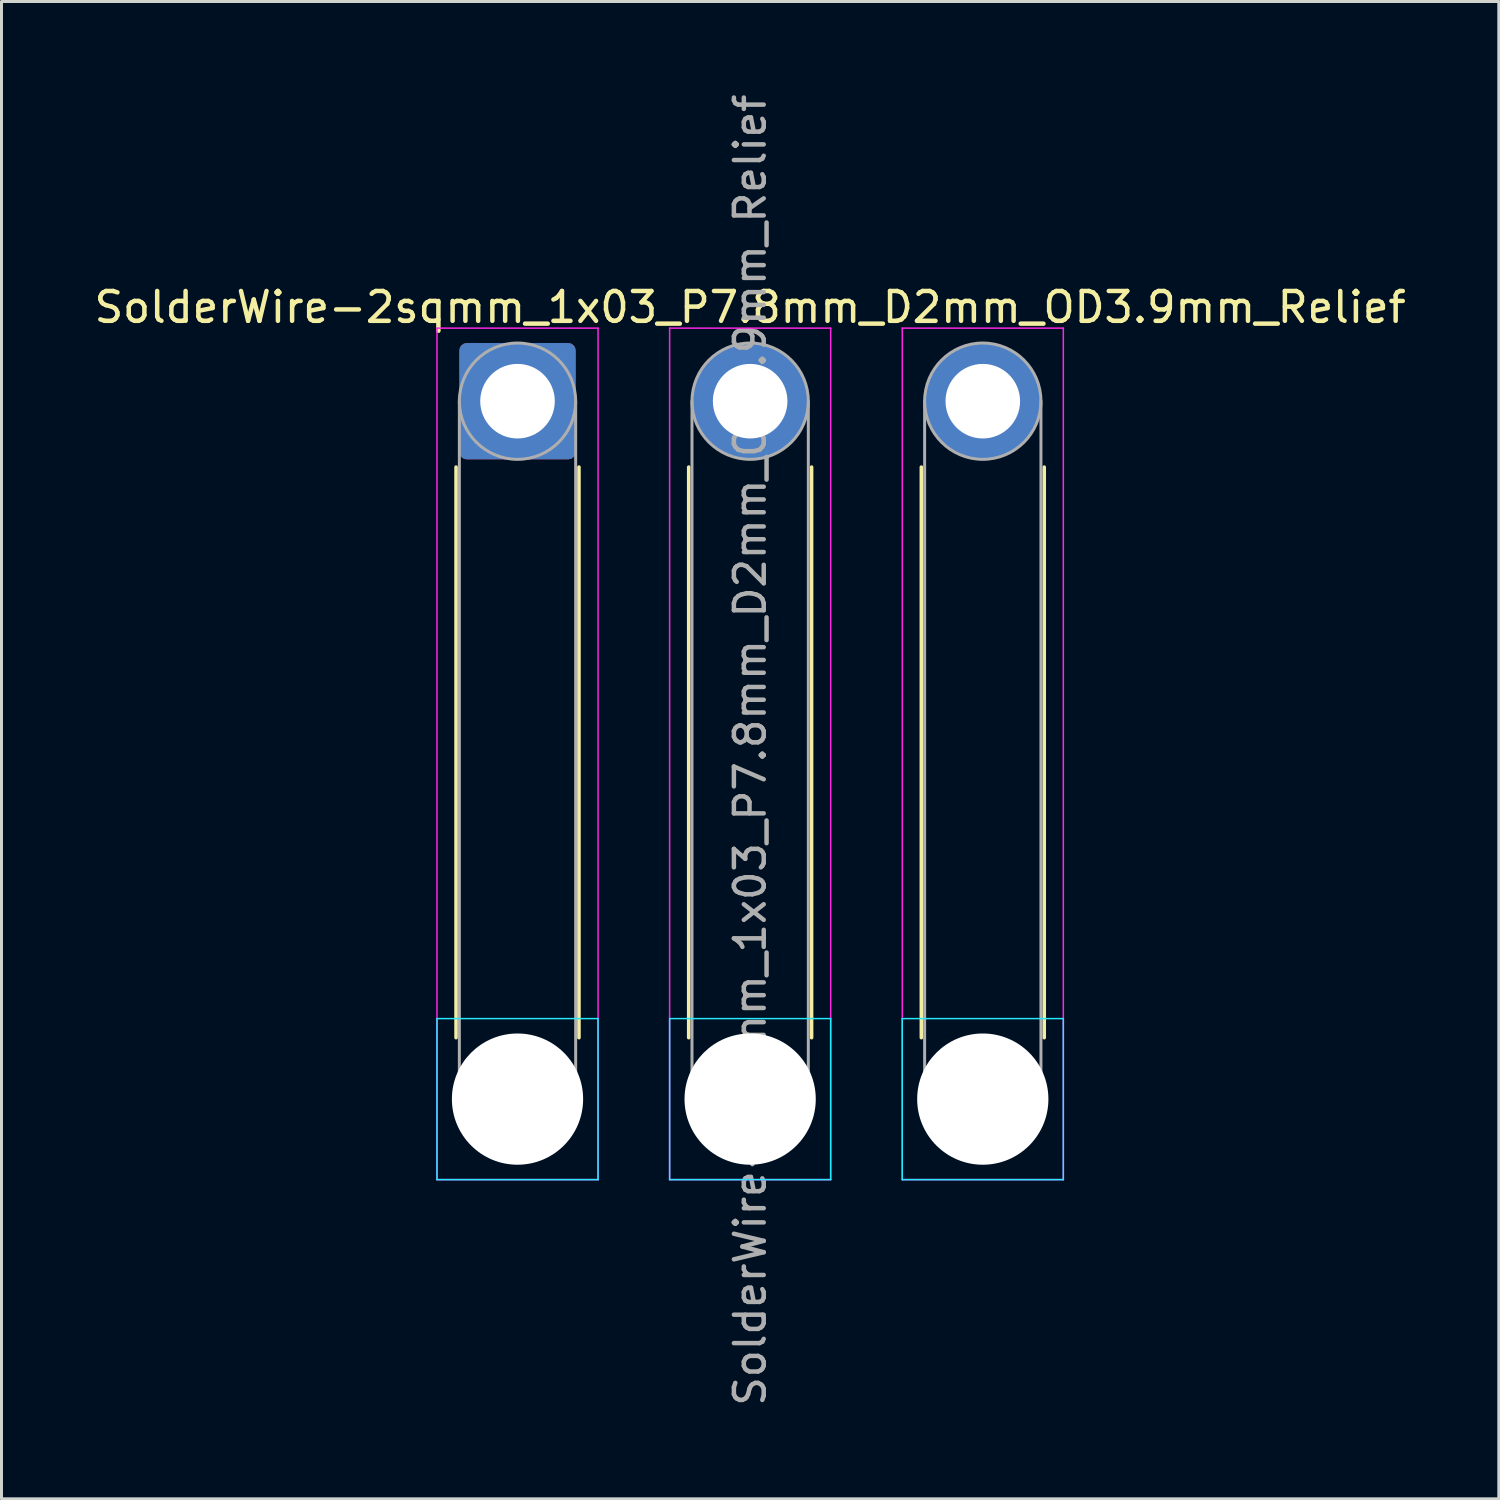
<source format=kicad_pcb>
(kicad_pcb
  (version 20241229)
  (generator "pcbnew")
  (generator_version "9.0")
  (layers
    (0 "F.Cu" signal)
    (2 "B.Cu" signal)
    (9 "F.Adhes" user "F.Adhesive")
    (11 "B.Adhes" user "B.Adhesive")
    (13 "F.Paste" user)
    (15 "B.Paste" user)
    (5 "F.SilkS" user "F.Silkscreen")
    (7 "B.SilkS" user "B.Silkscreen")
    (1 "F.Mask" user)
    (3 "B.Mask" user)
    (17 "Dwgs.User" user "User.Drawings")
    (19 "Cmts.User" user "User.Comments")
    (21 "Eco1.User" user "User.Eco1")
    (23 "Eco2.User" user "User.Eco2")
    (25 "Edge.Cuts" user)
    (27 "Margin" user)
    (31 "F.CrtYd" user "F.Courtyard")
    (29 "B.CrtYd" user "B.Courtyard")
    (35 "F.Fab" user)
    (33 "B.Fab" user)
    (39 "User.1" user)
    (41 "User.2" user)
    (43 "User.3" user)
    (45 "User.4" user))
  (footprint "SolderWire-2sqmm_1x03_P7.8mm_D2mm_OD3.9mm_Relief"
    (layer "F.Cu")
    (at 14.301 10.401)
    (property "Reference" "SolderWire-2sqmm_1x03_P7.8mm_D2mm_OD3.9mm_Relief" (at 7.8 -3.15 0) (layer "F.SilkS") (effects (font (size 1 1) (thickness 0.15))))
    (attr exclude_from_pos_files exclude_from_bom)
    (fp_line (start -2.06 2.21) (end -2.06 21.34) (stroke (width 0.12) (type solid)) (layer "F.SilkS"))
    (fp_line (start 2.06 2.21) (end 2.06 21.34) (stroke (width 0.12) (type solid)) (layer "F.SilkS"))
    (fp_line (start 5.74 2.21) (end 5.74 21.34) (stroke (width 0.12) (type solid)) (layer "F.SilkS"))
    (fp_line (start 9.86 2.21) (end 9.86 21.34) (stroke (width 0.12) (type solid)) (layer "F.SilkS"))
    (fp_line (start 13.54 2.21) (end 13.54 21.34) (stroke (width 0.12) (type solid)) (layer "F.SilkS"))
    (fp_line (start 17.66 2.21) (end 17.66 21.34) (stroke (width 0.12) (type solid)) (layer "F.SilkS"))
    (fp_line (start -2.7 20.7) (end -2.7 26.1) (stroke (width 0.05) (type solid)) (layer "B.CrtYd"))
    (fp_line (start -2.7 26.1) (end 2.7 26.1) (stroke (width 0.05) (type solid)) (layer "B.CrtYd"))
    (fp_line (start 2.7 20.7) (end -2.7 20.7) (stroke (width 0.05) (type solid)) (layer "B.CrtYd"))
    (fp_line (start 2.7 26.1) (end 2.7 20.7) (stroke (width 0.05) (type solid)) (layer "B.CrtYd"))
    (fp_line (start 5.1 20.7) (end 5.1 26.1) (stroke (width 0.05) (type solid)) (layer "B.CrtYd"))
    (fp_line (start 5.1 26.1) (end 10.5 26.1) (stroke (width 0.05) (type solid)) (layer "B.CrtYd"))
    (fp_line (start 10.5 20.7) (end 5.1 20.7) (stroke (width 0.05) (type solid)) (layer "B.CrtYd"))
    (fp_line (start 10.5 26.1) (end 10.5 20.7) (stroke (width 0.05) (type solid)) (layer "B.CrtYd"))
    (fp_line (start 12.9 20.7) (end 12.9 26.1) (stroke (width 0.05) (type solid)) (layer "B.CrtYd"))
    (fp_line (start 12.9 26.1) (end 18.3 26.1) (stroke (width 0.05) (type solid)) (layer "B.CrtYd"))
    (fp_line (start 18.3 20.7) (end 12.9 20.7) (stroke (width 0.05) (type solid)) (layer "B.CrtYd"))
    (fp_line (start 18.3 26.1) (end 18.3 20.7) (stroke (width 0.05) (type solid)) (layer "B.CrtYd"))
    (fp_line (start -2.7 -2.45) (end -2.7 26.1) (stroke (width 0.05) (type solid)) (layer "F.CrtYd"))
    (fp_line (start -2.7 26.1) (end 2.7 26.1) (stroke (width 0.05) (type solid)) (layer "F.CrtYd"))
    (fp_line (start 2.7 -2.45) (end -2.7 -2.45) (stroke (width 0.05) (type solid)) (layer "F.CrtYd"))
    (fp_line (start 2.7 26.1) (end 2.7 -2.45) (stroke (width 0.05) (type solid)) (layer "F.CrtYd"))
    (fp_line (start 5.1 -2.45) (end 5.1 26.1) (stroke (width 0.05) (type solid)) (layer "F.CrtYd"))
    (fp_line (start 5.1 26.1) (end 10.5 26.1) (stroke (width 0.05) (type solid)) (layer "F.CrtYd"))
    (fp_line (start 10.5 -2.45) (end 5.1 -2.45) (stroke (width 0.05) (type solid)) (layer "F.CrtYd"))
    (fp_line (start 10.5 26.1) (end 10.5 -2.45) (stroke (width 0.05) (type solid)) (layer "F.CrtYd"))
    (fp_line (start 12.9 -2.45) (end 12.9 26.1) (stroke (width 0.05) (type solid)) (layer "F.CrtYd"))
    (fp_line (start 12.9 26.1) (end 18.3 26.1) (stroke (width 0.05) (type solid)) (layer "F.CrtYd"))
    (fp_line (start 18.3 -2.45) (end 12.9 -2.45) (stroke (width 0.05) (type solid)) (layer "F.CrtYd"))
    (fp_line (start 18.3 26.1) (end 18.3 -2.45) (stroke (width 0.05) (type solid)) (layer "F.CrtYd"))
    (fp_line (start -1.95 0) (end -1.95 23.4) (stroke (width 0.1) (type solid)) (layer "F.Fab"))
    (fp_line (start 1.95 0) (end 1.95 23.4) (stroke (width 0.1) (type solid)) (layer "F.Fab"))
    (fp_line (start 5.85 0) (end 5.85 23.4) (stroke (width 0.1) (type solid)) (layer "F.Fab"))
    (fp_line (start 9.75 0) (end 9.75 23.4) (stroke (width 0.1) (type solid)) (layer "F.Fab"))
    (fp_line (start 13.65 0) (end 13.65 23.4) (stroke (width 0.1) (type solid)) (layer "F.Fab"))
    (fp_line (start 17.55 0) (end 17.55 23.4) (stroke (width 0.1) (type solid)) (layer "F.Fab"))
    (fp_circle (center 0 0) (end 1.95 0) (stroke (width 0.1) (type solid)) (fill no) (layer "F.Fab"))
    (fp_circle (center 0 23.4) (end 1.95 23.4) (stroke (width 0.1) (type solid)) (fill no) (layer "F.Fab"))
    (fp_circle (center 7.8 0) (end 9.75 0) (stroke (width 0.1) (type solid)) (fill no) (layer "F.Fab"))
    (fp_circle (center 7.8 23.4) (end 9.75 23.4) (stroke (width 0.1) (type solid)) (fill no) (layer "F.Fab"))
    (fp_circle (center 15.6 0) (end 17.55 0) (stroke (width 0.1) (type solid)) (fill no) (layer "F.Fab"))
    (fp_circle (center 15.6 23.4) (end 17.55 23.4) (stroke (width 0.1) (type solid)) (fill no) (layer "F.Fab"))
    (fp_text user "${REFERENCE}" (at 7.8 11.7 90) (layer "F.Fab") (effects (font (size 1 1) (thickness 0.15))))
    (pad "" np_thru_hole circle (at 0 23.4) (size 4.4 4.4) (drill 4.4) (layers "*.Cu" "*.Mask"))
    (pad "" np_thru_hole circle (at 7.8 23.4) (size 4.4 4.4) (drill 4.4) (layers "*.Cu" "*.Mask"))
    (pad "" np_thru_hole circle (at 15.6 23.4) (size 4.4 4.4) (drill 4.4) (layers "*.Cu" "*.Mask"))
    (pad "1" thru_hole roundrect (at 0 0) (size 3.9 3.9) (drill 2.5) (layers "*.Cu" "*.Mask") (roundrect_rratio 0.064))
    (pad "2" thru_hole circle (at 7.8 0) (size 3.9 3.9) (drill 2.5) (layers "*.Cu" "*.Mask"))
    (pad "3" thru_hole circle (at 15.6 0) (size 3.9 3.9) (drill 2.5) (layers "*.Cu" "*.Mask")))
  (gr_rect
    (start -3 -3)
    (end 47.202 47.202)
    (stroke (width 0.1) (type default))
    (fill no)
    (layer "Edge.Cuts")))
</source>
